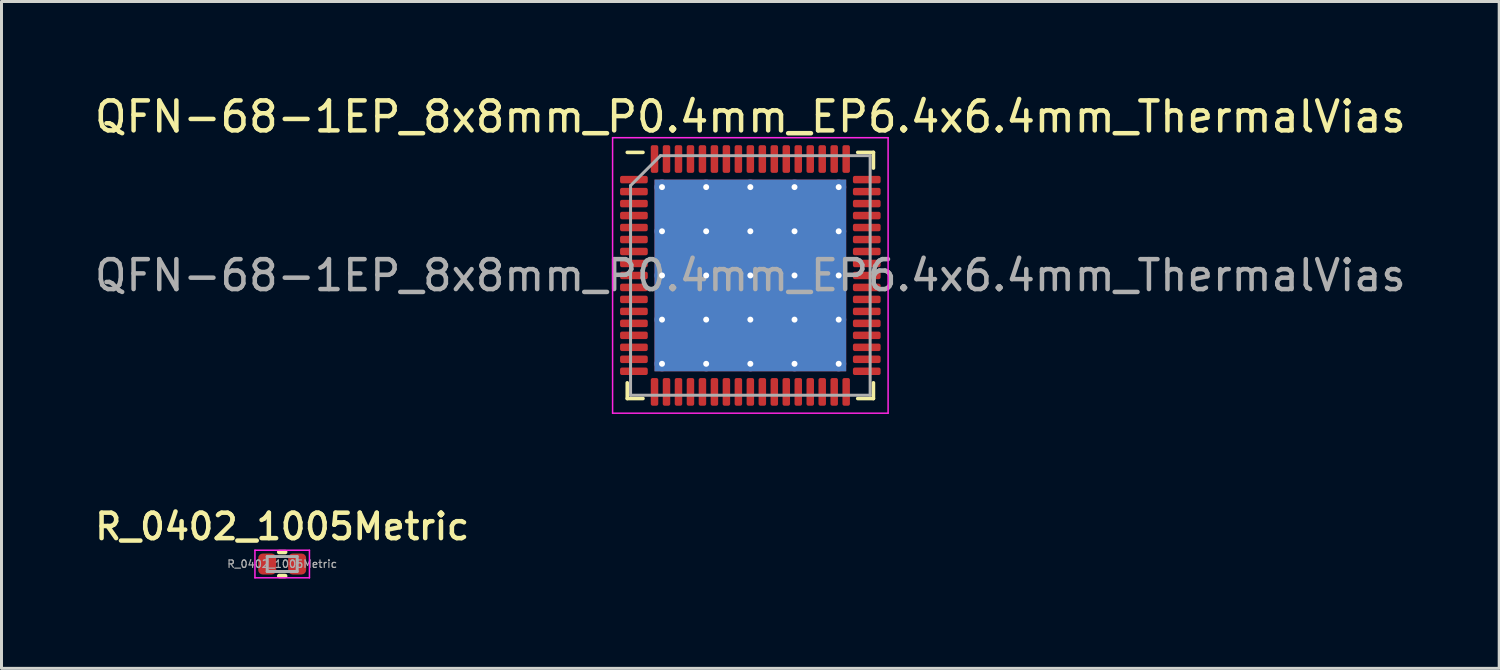
<source format=kicad_pcb>
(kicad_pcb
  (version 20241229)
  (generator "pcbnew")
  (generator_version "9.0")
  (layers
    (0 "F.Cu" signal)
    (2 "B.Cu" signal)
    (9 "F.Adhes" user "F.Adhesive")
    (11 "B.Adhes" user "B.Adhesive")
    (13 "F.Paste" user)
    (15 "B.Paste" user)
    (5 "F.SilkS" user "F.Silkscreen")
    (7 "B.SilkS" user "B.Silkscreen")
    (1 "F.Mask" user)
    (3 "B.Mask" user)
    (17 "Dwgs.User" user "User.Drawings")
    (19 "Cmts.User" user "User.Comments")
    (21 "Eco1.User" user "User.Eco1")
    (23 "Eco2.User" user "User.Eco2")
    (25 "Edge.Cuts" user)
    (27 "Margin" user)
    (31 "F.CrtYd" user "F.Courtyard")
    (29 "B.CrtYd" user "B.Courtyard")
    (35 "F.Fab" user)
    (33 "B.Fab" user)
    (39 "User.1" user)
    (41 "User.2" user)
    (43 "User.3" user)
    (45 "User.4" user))
  (footprint "QFN-68-1EP_8x8mm_P0.4mm_EP6.4x6.4mm_ThermalVias"
    (layer "F.Cu")
    (at 22.006 6.148)
    (property "Reference" "QFN-68-1EP_8x8mm_P0.4mm_EP6.4x6.4mm_ThermalVias" (at 0 -5.3 0) (layer "F.SilkS") (effects (font (size 1 1) (thickness 0.15))))
    (attr smd)
    (fp_line (start -4.11 4.11) (end -4.11 3.585) (stroke (width 0.12) (type solid)) (layer "F.SilkS"))
    (fp_line (start -3.585 -4.11) (end -4.11 -4.11) (stroke (width 0.12) (type solid)) (layer "F.SilkS"))
    (fp_line (start -3.585 4.11) (end -4.11 4.11) (stroke (width 0.12) (type solid)) (layer "F.SilkS"))
    (fp_line (start 3.585 -4.11) (end 4.11 -4.11) (stroke (width 0.12) (type solid)) (layer "F.SilkS"))
    (fp_line (start 3.585 4.11) (end 4.11 4.11) (stroke (width 0.12) (type solid)) (layer "F.SilkS"))
    (fp_line (start 4.11 -4.11) (end 4.11 -3.585) (stroke (width 0.12) (type solid)) (layer "F.SilkS"))
    (fp_line (start 4.11 4.11) (end 4.11 3.585) (stroke (width 0.12) (type solid)) (layer "F.SilkS"))
    (fp_line (start -4.6 -4.6) (end -4.6 4.6) (stroke (width 0.05) (type solid)) (layer "F.CrtYd"))
    (fp_line (start -4.6 4.6) (end 4.6 4.6) (stroke (width 0.05) (type solid)) (layer "F.CrtYd"))
    (fp_line (start 4.6 -4.6) (end -4.6 -4.6) (stroke (width 0.05) (type solid)) (layer "F.CrtYd"))
    (fp_line (start 4.6 4.6) (end 4.6 -4.6) (stroke (width 0.05) (type solid)) (layer "F.CrtYd"))
    (fp_line (start -4 -3) (end -3 -4) (stroke (width 0.1) (type solid)) (layer "F.Fab"))
    (fp_line (start -4 4) (end -4 -3) (stroke (width 0.1) (type solid)) (layer "F.Fab"))
    (fp_line (start -3 -4) (end 4 -4) (stroke (width 0.1) (type solid)) (layer "F.Fab"))
    (fp_line (start 4 -4) (end 4 4) (stroke (width 0.1) (type solid)) (layer "F.Fab"))
    (fp_line (start 4 4) (end -4 4) (stroke (width 0.1) (type solid)) (layer "F.Fab"))
    (fp_text user "${REFERENCE}" (at 0 0 0) (layer "F.Fab") (effects (font (size 1 1) (thickness 0.15))))
    (pad "" smd roundrect (at -2.212 -2.212) (size 1.239 1.239) (layers "F.Paste") (roundrect_rratio 0.202))
    (pad "" smd roundrect (at -2.212 -0.738) (size 1.239 1.239) (layers "F.Paste") (roundrect_rratio 0.202))
    (pad "" smd roundrect (at -2.212 0.738) (size 1.239 1.239) (layers "F.Paste") (roundrect_rratio 0.202))
    (pad "" smd roundrect (at -2.212 2.212) (size 1.239 1.239) (layers "F.Paste") (roundrect_rratio 0.202))
    (pad "" smd roundrect (at -0.738 -2.212) (size 1.239 1.239) (layers "F.Paste") (roundrect_rratio 0.202))
    (pad "" smd roundrect (at -0.738 -0.738) (size 1.239 1.239) (layers "F.Paste") (roundrect_rratio 0.202))
    (pad "" smd roundrect (at -0.738 0.738) (size 1.239 1.239) (layers "F.Paste") (roundrect_rratio 0.202))
    (pad "" smd roundrect (at -0.738 2.212) (size 1.239 1.239) (layers "F.Paste") (roundrect_rratio 0.202))
    (pad "" smd roundrect (at 0.738 -2.212) (size 1.239 1.239) (layers "F.Paste") (roundrect_rratio 0.202))
    (pad "" smd roundrect (at 0.738 -0.738) (size 1.239 1.239) (layers "F.Paste") (roundrect_rratio 0.202))
    (pad "" smd roundrect (at 0.738 0.738) (size 1.239 1.239) (layers "F.Paste") (roundrect_rratio 0.202))
    (pad "" smd roundrect (at 0.738 2.212) (size 1.239 1.239) (layers "F.Paste") (roundrect_rratio 0.202))
    (pad "" smd roundrect (at 2.212 -2.212) (size 1.239 1.239) (layers "F.Paste") (roundrect_rratio 0.202))
    (pad "" smd roundrect (at 2.212 -0.738) (size 1.239 1.239) (layers "F.Paste") (roundrect_rratio 0.202))
    (pad "" smd roundrect (at 2.212 0.738) (size 1.239 1.239) (layers "F.Paste") (roundrect_rratio 0.202))
    (pad "" smd roundrect (at 2.212 2.212) (size 1.239 1.239) (layers "F.Paste") (roundrect_rratio 0.202))
    (pad "1" smd roundrect (at -3.888 -3.2) (size 0.925 0.25) (layers "F.Cu" "F.Mask" "F.Paste") (roundrect_rratio 0.25))
    (pad "2" smd roundrect (at -3.888 -2.8) (size 0.925 0.25) (layers "F.Cu" "F.Mask" "F.Paste") (roundrect_rratio 0.25))
    (pad "3" smd roundrect (at -3.888 -2.4) (size 0.925 0.25) (layers "F.Cu" "F.Mask" "F.Paste") (roundrect_rratio 0.25))
    (pad "4" smd roundrect (at -3.888 -2) (size 0.925 0.25) (layers "F.Cu" "F.Mask" "F.Paste") (roundrect_rratio 0.25))
    (pad "5" smd roundrect (at -3.888 -1.6) (size 0.925 0.25) (layers "F.Cu" "F.Mask" "F.Paste") (roundrect_rratio 0.25))
    (pad "6" smd roundrect (at -3.888 -1.2) (size 0.925 0.25) (layers "F.Cu" "F.Mask" "F.Paste") (roundrect_rratio 0.25))
    (pad "7" smd roundrect (at -3.888 -0.8) (size 0.925 0.25) (layers "F.Cu" "F.Mask" "F.Paste") (roundrect_rratio 0.25))
    (pad "8" smd roundrect (at -3.888 -0.4) (size 0.925 0.25) (layers "F.Cu" "F.Mask" "F.Paste") (roundrect_rratio 0.25))
    (pad "9" smd roundrect (at -3.888 0) (size 0.925 0.25) (layers "F.Cu" "F.Mask" "F.Paste") (roundrect_rratio 0.25))
    (pad "10" smd roundrect (at -3.888 0.4) (size 0.925 0.25) (layers "F.Cu" "F.Mask" "F.Paste") (roundrect_rratio 0.25))
    (pad "11" smd roundrect (at -3.888 0.8) (size 0.925 0.25) (layers "F.Cu" "F.Mask" "F.Paste") (roundrect_rratio 0.25))
    (pad "12" smd roundrect (at -3.888 1.2) (size 0.925 0.25) (layers "F.Cu" "F.Mask" "F.Paste") (roundrect_rratio 0.25))
    (pad "13" smd roundrect (at -3.888 1.6) (size 0.925 0.25) (layers "F.Cu" "F.Mask" "F.Paste") (roundrect_rratio 0.25))
    (pad "14" smd roundrect (at -3.888 2) (size 0.925 0.25) (layers "F.Cu" "F.Mask" "F.Paste") (roundrect_rratio 0.25))
    (pad "15" smd roundrect (at -3.888 2.4) (size 0.925 0.25) (layers "F.Cu" "F.Mask" "F.Paste") (roundrect_rratio 0.25))
    (pad "16" smd roundrect (at -3.888 2.8) (size 0.925 0.25) (layers "F.Cu" "F.Mask" "F.Paste") (roundrect_rratio 0.25))
    (pad "17" smd roundrect (at -3.888 3.2) (size 0.925 0.25) (layers "F.Cu" "F.Mask" "F.Paste") (roundrect_rratio 0.25))
    (pad "18" smd roundrect (at -3.2 3.888) (size 0.25 0.925) (layers "F.Cu" "F.Mask" "F.Paste") (roundrect_rratio 0.25))
    (pad "19" smd roundrect (at -2.8 3.888) (size 0.25 0.925) (layers "F.Cu" "F.Mask" "F.Paste") (roundrect_rratio 0.25))
    (pad "20" smd roundrect (at -2.4 3.888) (size 0.25 0.925) (layers "F.Cu" "F.Mask" "F.Paste") (roundrect_rratio 0.25))
    (pad "21" smd roundrect (at -2 3.888) (size 0.25 0.925) (layers "F.Cu" "F.Mask" "F.Paste") (roundrect_rratio 0.25))
    (pad "22" smd roundrect (at -1.6 3.888) (size 0.25 0.925) (layers "F.Cu" "F.Mask" "F.Paste") (roundrect_rratio 0.25))
    (pad "23" smd roundrect (at -1.2 3.888) (size 0.25 0.925) (layers "F.Cu" "F.Mask" "F.Paste") (roundrect_rratio 0.25))
    (pad "24" smd roundrect (at -0.8 3.888) (size 0.25 0.925) (layers "F.Cu" "F.Mask" "F.Paste") (roundrect_rratio 0.25))
    (pad "25" smd roundrect (at -0.4 3.888) (size 0.25 0.925) (layers "F.Cu" "F.Mask" "F.Paste") (roundrect_rratio 0.25))
    (pad "26" smd roundrect (at 0 3.888) (size 0.25 0.925) (layers "F.Cu" "F.Mask" "F.Paste") (roundrect_rratio 0.25))
    (pad "27" smd roundrect (at 0.4 3.888) (size 0.25 0.925) (layers "F.Cu" "F.Mask" "F.Paste") (roundrect_rratio 0.25))
    (pad "28" smd roundrect (at 0.8 3.888) (size 0.25 0.925) (layers "F.Cu" "F.Mask" "F.Paste") (roundrect_rratio 0.25))
    (pad "29" smd roundrect (at 1.2 3.888) (size 0.25 0.925) (layers "F.Cu" "F.Mask" "F.Paste") (roundrect_rratio 0.25))
    (pad "30" smd roundrect (at 1.6 3.888) (size 0.25 0.925) (layers "F.Cu" "F.Mask" "F.Paste") (roundrect_rratio 0.25))
    (pad "31" smd roundrect (at 2 3.888) (size 0.25 0.925) (layers "F.Cu" "F.Mask" "F.Paste") (roundrect_rratio 0.25))
    (pad "32" smd roundrect (at 2.4 3.888) (size 0.25 0.925) (layers "F.Cu" "F.Mask" "F.Paste") (roundrect_rratio 0.25))
    (pad "33" smd roundrect (at 2.8 3.888) (size 0.25 0.925) (layers "F.Cu" "F.Mask" "F.Paste") (roundrect_rratio 0.25))
    (pad "34" smd roundrect (at 3.2 3.888) (size 0.25 0.925) (layers "F.Cu" "F.Mask" "F.Paste") (roundrect_rratio 0.25))
    (pad "35" smd roundrect (at 3.888 3.2) (size 0.925 0.25) (layers "F.Cu" "F.Mask" "F.Paste") (roundrect_rratio 0.25))
    (pad "36" smd roundrect (at 3.888 2.8) (size 0.925 0.25) (layers "F.Cu" "F.Mask" "F.Paste") (roundrect_rratio 0.25))
    (pad "37" smd roundrect (at 3.888 2.4) (size 0.925 0.25) (layers "F.Cu" "F.Mask" "F.Paste") (roundrect_rratio 0.25))
    (pad "38" smd roundrect (at 3.888 2) (size 0.925 0.25) (layers "F.Cu" "F.Mask" "F.Paste") (roundrect_rratio 0.25))
    (pad "39" smd roundrect (at 3.888 1.6) (size 0.925 0.25) (layers "F.Cu" "F.Mask" "F.Paste") (roundrect_rratio 0.25))
    (pad "40" smd roundrect (at 3.888 1.2) (size 0.925 0.25) (layers "F.Cu" "F.Mask" "F.Paste") (roundrect_rratio 0.25))
    (pad "41" smd roundrect (at 3.888 0.8) (size 0.925 0.25) (layers "F.Cu" "F.Mask" "F.Paste") (roundrect_rratio 0.25))
    (pad "42" smd roundrect (at 3.888 0.4) (size 0.925 0.25) (layers "F.Cu" "F.Mask" "F.Paste") (roundrect_rratio 0.25))
    (pad "43" smd roundrect (at 3.888 0) (size 0.925 0.25) (layers "F.Cu" "F.Mask" "F.Paste") (roundrect_rratio 0.25))
    (pad "44" smd roundrect (at 3.888 -0.4) (size 0.925 0.25) (layers "F.Cu" "F.Mask" "F.Paste") (roundrect_rratio 0.25))
    (pad "45" smd roundrect (at 3.888 -0.8) (size 0.925 0.25) (layers "F.Cu" "F.Mask" "F.Paste") (roundrect_rratio 0.25))
    (pad "46" smd roundrect (at 3.888 -1.2) (size 0.925 0.25) (layers "F.Cu" "F.Mask" "F.Paste") (roundrect_rratio 0.25))
    (pad "47" smd roundrect (at 3.888 -1.6) (size 0.925 0.25) (layers "F.Cu" "F.Mask" "F.Paste") (roundrect_rratio 0.25))
    (pad "48" smd roundrect (at 3.888 -2) (size 0.925 0.25) (layers "F.Cu" "F.Mask" "F.Paste") (roundrect_rratio 0.25))
    (pad "49" smd roundrect (at 3.888 -2.4) (size 0.925 0.25) (layers "F.Cu" "F.Mask" "F.Paste") (roundrect_rratio 0.25))
    (pad "50" smd roundrect (at 3.888 -2.8) (size 0.925 0.25) (layers "F.Cu" "F.Mask" "F.Paste") (roundrect_rratio 0.25))
    (pad "51" smd roundrect (at 3.888 -3.2) (size 0.925 0.25) (layers "F.Cu" "F.Mask" "F.Paste") (roundrect_rratio 0.25))
    (pad "52" smd roundrect (at 3.2 -3.888) (size 0.25 0.925) (layers "F.Cu" "F.Mask" "F.Paste") (roundrect_rratio 0.25))
    (pad "53" smd roundrect (at 2.8 -3.888) (size 0.25 0.925) (layers "F.Cu" "F.Mask" "F.Paste") (roundrect_rratio 0.25))
    (pad "54" smd roundrect (at 2.4 -3.888) (size 0.25 0.925) (layers "F.Cu" "F.Mask" "F.Paste") (roundrect_rratio 0.25))
    (pad "55" smd roundrect (at 2 -3.888) (size 0.25 0.925) (layers "F.Cu" "F.Mask" "F.Paste") (roundrect_rratio 0.25))
    (pad "56" smd roundrect (at 1.6 -3.888) (size 0.25 0.925) (layers "F.Cu" "F.Mask" "F.Paste") (roundrect_rratio 0.25))
    (pad "57" smd roundrect (at 1.2 -3.888) (size 0.25 0.925) (layers "F.Cu" "F.Mask" "F.Paste") (roundrect_rratio 0.25))
    (pad "58" smd roundrect (at 0.8 -3.888) (size 0.25 0.925) (layers "F.Cu" "F.Mask" "F.Paste") (roundrect_rratio 0.25))
    (pad "59" smd roundrect (at 0.4 -3.888) (size 0.25 0.925) (layers "F.Cu" "F.Mask" "F.Paste") (roundrect_rratio 0.25))
    (pad "60" smd roundrect (at 0 -3.888) (size 0.25 0.925) (layers "F.Cu" "F.Mask" "F.Paste") (roundrect_rratio 0.25))
    (pad "61" smd roundrect (at -0.4 -3.888) (size 0.25 0.925) (layers "F.Cu" "F.Mask" "F.Paste") (roundrect_rratio 0.25))
    (pad "62" smd roundrect (at -0.8 -3.888) (size 0.25 0.925) (layers "F.Cu" "F.Mask" "F.Paste") (roundrect_rratio 0.25))
    (pad "63" smd roundrect (at -1.2 -3.888) (size 0.25 0.925) (layers "F.Cu" "F.Mask" "F.Paste") (roundrect_rratio 0.25))
    (pad "64" smd roundrect (at -1.6 -3.888) (size 0.25 0.925) (layers "F.Cu" "F.Mask" "F.Paste") (roundrect_rratio 0.25))
    (pad "65" smd roundrect (at -2 -3.888) (size 0.25 0.925) (layers "F.Cu" "F.Mask" "F.Paste") (roundrect_rratio 0.25))
    (pad "66" smd roundrect (at -2.4 -3.888) (size 0.25 0.925) (layers "F.Cu" "F.Mask" "F.Paste") (roundrect_rratio 0.25))
    (pad "67" smd roundrect (at -2.8 -3.888) (size 0.25 0.925) (layers "F.Cu" "F.Mask" "F.Paste") (roundrect_rratio 0.25))
    (pad "68" smd roundrect (at -3.2 -3.888) (size 0.25 0.925) (layers "F.Cu" "F.Mask" "F.Paste") (roundrect_rratio 0.25))
    (pad "69" thru_hole circle (at -2.95 -2.95) (size 0.5 0.5) (drill 0.2) (layers "*.Cu"))
    (pad "69" thru_hole circle (at -2.95 -1.475) (size 0.5 0.5) (drill 0.2) (layers "*.Cu"))
    (pad "69" thru_hole circle (at -2.95 0) (size 0.5 0.5) (drill 0.2) (layers "*.Cu"))
    (pad "69" thru_hole circle (at -2.95 1.475) (size 0.5 0.5) (drill 0.2) (layers "*.Cu"))
    (pad "69" thru_hole circle (at -2.95 2.95) (size 0.5 0.5) (drill 0.2) (layers "*.Cu"))
    (pad "69" thru_hole circle (at -1.475 -2.95) (size 0.5 0.5) (drill 0.2) (layers "*.Cu"))
    (pad "69" thru_hole circle (at -1.475 -1.475) (size 0.5 0.5) (drill 0.2) (layers "*.Cu"))
    (pad "69" thru_hole circle (at -1.475 0) (size 0.5 0.5) (drill 0.2) (layers "*.Cu"))
    (pad "69" thru_hole circle (at -1.475 1.475) (size 0.5 0.5) (drill 0.2) (layers "*.Cu"))
    (pad "69" thru_hole circle (at -1.475 2.95) (size 0.5 0.5) (drill 0.2) (layers "*.Cu"))
    (pad "69" thru_hole circle (at 0 -2.95) (size 0.5 0.5) (drill 0.2) (layers "*.Cu"))
    (pad "69" thru_hole circle (at 0 -1.475) (size 0.5 0.5) (drill 0.2) (layers "*.Cu"))
    (pad "69" thru_hole circle (at 0 0) (size 0.5 0.5) (drill 0.2) (layers "*.Cu"))
    (pad "69" smd rect (at 0 0) (size 6.4 6.4) (layers "F.Cu" "F.Mask"))
    (pad "69" smd rect (at 0 0) (size 6.4 6.4) (layers "B.Cu"))
    (pad "69" thru_hole circle (at 0 1.475) (size 0.5 0.5) (drill 0.2) (layers "*.Cu"))
    (pad "69" thru_hole circle (at 0 2.95) (size 0.5 0.5) (drill 0.2) (layers "*.Cu"))
    (pad "69" thru_hole circle (at 1.475 -2.95) (size 0.5 0.5) (drill 0.2) (layers "*.Cu"))
    (pad "69" thru_hole circle (at 1.475 -1.475) (size 0.5 0.5) (drill 0.2) (layers "*.Cu"))
    (pad "69" thru_hole circle (at 1.475 0) (size 0.5 0.5) (drill 0.2) (layers "*.Cu"))
    (pad "69" thru_hole circle (at 1.475 1.475) (size 0.5 0.5) (drill 0.2) (layers "*.Cu"))
    (pad "69" thru_hole circle (at 1.475 2.95) (size 0.5 0.5) (drill 0.2) (layers "*.Cu"))
    (pad "69" thru_hole circle (at 2.95 -2.95) (size 0.5 0.5) (drill 0.2) (layers "*.Cu"))
    (pad "69" thru_hole circle (at 2.95 -1.475) (size 0.5 0.5) (drill 0.2) (layers "*.Cu"))
    (pad "69" thru_hole circle (at 2.95 0) (size 0.5 0.5) (drill 0.2) (layers "*.Cu"))
    (pad "69" thru_hole circle (at 2.95 1.475) (size 0.5 0.5) (drill 0.2) (layers "*.Cu"))
    (pad "69" thru_hole circle (at 2.95 2.95) (size 0.5 0.5) (drill 0.2) (layers "*.Cu")))
  (footprint "R_0402_1005Metric"
    (layer "F.Cu")
    (at 6.373 15.784)
    (property "Reference" "R_0402_1005Metric" (at 0 -1.25 0) (layer "F.SilkS") (effects (font (size 0.85 0.85) (thickness 0.15))))
    (attr smd)
    (fp_line (start -0.1 -0.4) (end 0.1 -0.4) (stroke (width 0.15) (type solid)) (layer "F.SilkS"))
    (fp_line (start -0.1 0.4) (end 0.1 0.4) (stroke (width 0.15) (type solid)) (layer "F.SilkS"))
    (fp_line (start -0.91 -0.46) (end 0.91 -0.46) (stroke (width 0.05) (type solid)) (layer "F.CrtYd"))
    (fp_line (start -0.91 0.46) (end -0.91 -0.46) (stroke (width 0.05) (type solid)) (layer "F.CrtYd"))
    (fp_line (start 0.91 -0.46) (end 0.91 0.46) (stroke (width 0.05) (type solid)) (layer "F.CrtYd"))
    (fp_line (start 0.91 0.46) (end -0.91 0.46) (stroke (width 0.05) (type solid)) (layer "F.CrtYd"))
    (fp_line (start -0.5 -0.25) (end 0.5 -0.25) (stroke (width 0.1) (type solid)) (layer "F.Fab"))
    (fp_line (start -0.5 0.25) (end -0.5 -0.25) (stroke (width 0.1) (type solid)) (layer "F.Fab"))
    (fp_line (start 0.5 -0.25) (end 0.5 0.25) (stroke (width 0.1) (type solid)) (layer "F.Fab"))
    (fp_line (start 0.5 0.25) (end -0.5 0.25) (stroke (width 0.1) (type solid)) (layer "F.Fab"))
    (fp_text user "${REFERENCE}" (at 0 0 0) (layer "F.Fab") (effects (font (size 0.25 0.25) (thickness 0.04))))
    (pad "1" smd roundrect (at -0.5 0) (size 0.6 0.7) (layers "F.Cu" "F.Mask" "F.Paste") (roundrect_rratio 0.25))
    (pad "2" smd roundrect (at 0.5 0) (size 0.6 0.7) (layers "F.Cu" "F.Mask" "F.Paste") (roundrect_rratio 0.25)))
  (gr_rect
    (start -3 -3)
    (end 47.012 19.269)
    (stroke (width 0.1) (type default))
    (fill no)
    (layer "Edge.Cuts")))
</source>
